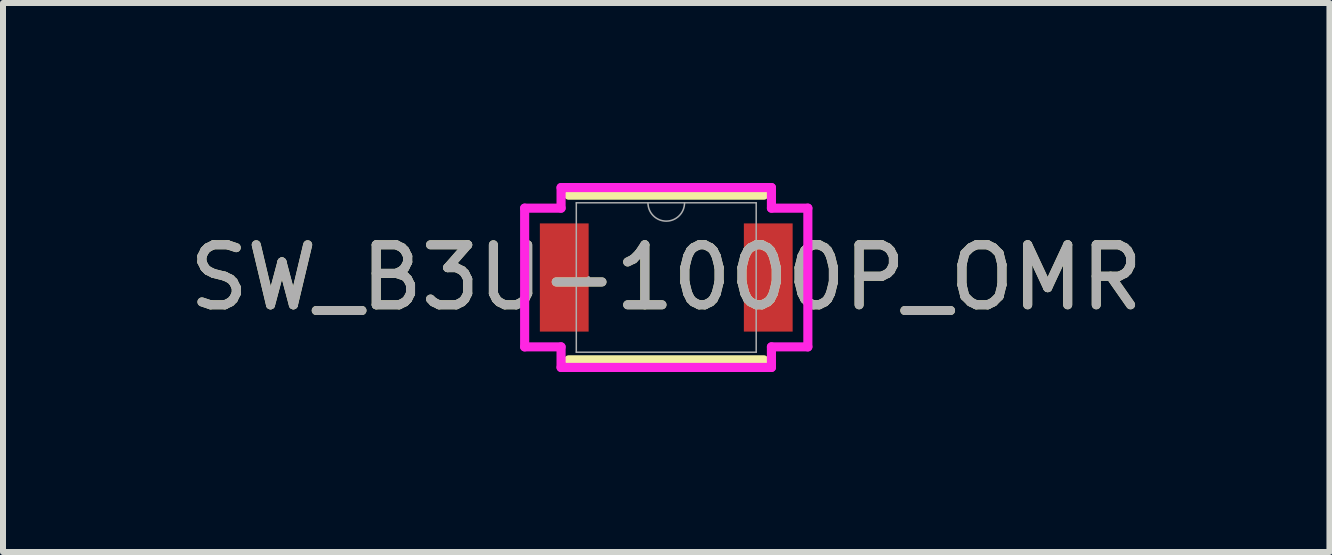
<source format=kicad_pcb>
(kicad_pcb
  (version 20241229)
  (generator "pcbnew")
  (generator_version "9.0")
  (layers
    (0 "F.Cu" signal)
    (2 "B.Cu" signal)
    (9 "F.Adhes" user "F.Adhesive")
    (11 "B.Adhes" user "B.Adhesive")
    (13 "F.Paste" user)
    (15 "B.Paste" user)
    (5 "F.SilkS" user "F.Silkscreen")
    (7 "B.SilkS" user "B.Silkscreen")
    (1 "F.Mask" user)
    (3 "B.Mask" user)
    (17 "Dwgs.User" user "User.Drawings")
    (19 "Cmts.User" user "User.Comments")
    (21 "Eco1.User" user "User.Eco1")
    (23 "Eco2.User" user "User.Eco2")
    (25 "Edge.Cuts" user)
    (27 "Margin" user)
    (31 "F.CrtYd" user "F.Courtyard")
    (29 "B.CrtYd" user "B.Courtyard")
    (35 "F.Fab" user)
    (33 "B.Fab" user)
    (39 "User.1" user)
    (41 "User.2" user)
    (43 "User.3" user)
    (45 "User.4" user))
  (footprint "SW_B3U-1000P_OMR"
    (layer "F.Cu")
    (at 8.054 1.575)
    (property "Reference" "SW_B3U-1000P_OMR" (at 0 0 0) (unlocked yes) (layer "F.SilkS") (effects (font (size 1 1) (thickness 0.15))))
    (attr smd)
    (fp_line (start -1.626 1.372) (end 1.626 1.372) (stroke (width 0.152) (type solid)) (layer "F.SilkS"))
    (fp_line (start 1.626 -1.372) (end -1.626 -1.372) (stroke (width 0.152) (type solid)) (layer "F.SilkS"))
    (fp_line (start -2.36 -1.156) (end -1.753 -1.156) (stroke (width 0.152) (type solid)) (layer "F.CrtYd"))
    (fp_line (start -2.36 1.156) (end -2.36 -1.156) (stroke (width 0.152) (type solid)) (layer "F.CrtYd"))
    (fp_line (start -2.36 1.156) (end -1.753 1.156) (stroke (width 0.152) (type solid)) (layer "F.CrtYd"))
    (fp_line (start -1.753 -1.499) (end 1.753 -1.499) (stroke (width 0.152) (type solid)) (layer "F.CrtYd"))
    (fp_line (start -1.753 -1.156) (end -1.753 -1.499) (stroke (width 0.152) (type solid)) (layer "F.CrtYd"))
    (fp_line (start -1.753 1.499) (end -1.753 1.156) (stroke (width 0.152) (type solid)) (layer "F.CrtYd"))
    (fp_line (start 1.753 -1.499) (end 1.753 -1.156) (stroke (width 0.152) (type solid)) (layer "F.CrtYd"))
    (fp_line (start 1.753 1.156) (end 1.753 1.499) (stroke (width 0.152) (type solid)) (layer "F.CrtYd"))
    (fp_line (start 1.753 1.499) (end -1.753 1.499) (stroke (width 0.152) (type solid)) (layer "F.CrtYd"))
    (fp_line (start 2.36 -1.156) (end 1.753 -1.156) (stroke (width 0.152) (type solid)) (layer "F.CrtYd"))
    (fp_line (start 2.36 -1.156) (end 2.36 1.156) (stroke (width 0.152) (type solid)) (layer "F.CrtYd"))
    (fp_line (start 2.36 1.156) (end 1.753 1.156) (stroke (width 0.152) (type solid)) (layer "F.CrtYd"))
    (fp_line (start -1.499 -1.245) (end -1.499 1.245) (stroke (width 0.025) (type solid)) (layer "F.Fab"))
    (fp_line (start -1.499 1.245) (end 1.499 1.245) (stroke (width 0.025) (type solid)) (layer "F.Fab"))
    (fp_line (start 1.499 -1.245) (end -1.499 -1.245) (stroke (width 0.025) (type solid)) (layer "F.Fab"))
    (fp_line (start 1.499 1.245) (end 1.499 -1.245) (stroke (width 0.025) (type solid)) (layer "F.Fab"))
    (fp_arc (start 0.3048 -1.2446) (mid 0 -0.9398) (end -0.3048 -1.2446) (stroke (width 0.0254) (type solid)) (layer "F.Fab"))
    (fp_circle (center -1.294 0) (end -1.294 0) (stroke (width 0.025) (type solid)) (fill no) (layer "F.Fab"))
    (fp_text user "${REFERENCE}" (at 0 0 0) (unlocked yes) (layer "F.Fab") (effects (font (size 1 1) (thickness 0.15))))
    (pad "1" smd rect (at -1.7 0) (size 0.813 1.803) (layers "F.Cu" "F.Mask" "F.Paste"))
    (pad "2" smd rect (at 1.7 0) (size 0.813 1.803) (layers "F.Cu" "F.Mask" "F.Paste")))
  (gr_rect
    (start -3 -3)
    (end 19.107 6.15)
    (stroke (width 0.1) (type default))
    (fill no)
    (layer "Edge.Cuts")))
</source>
